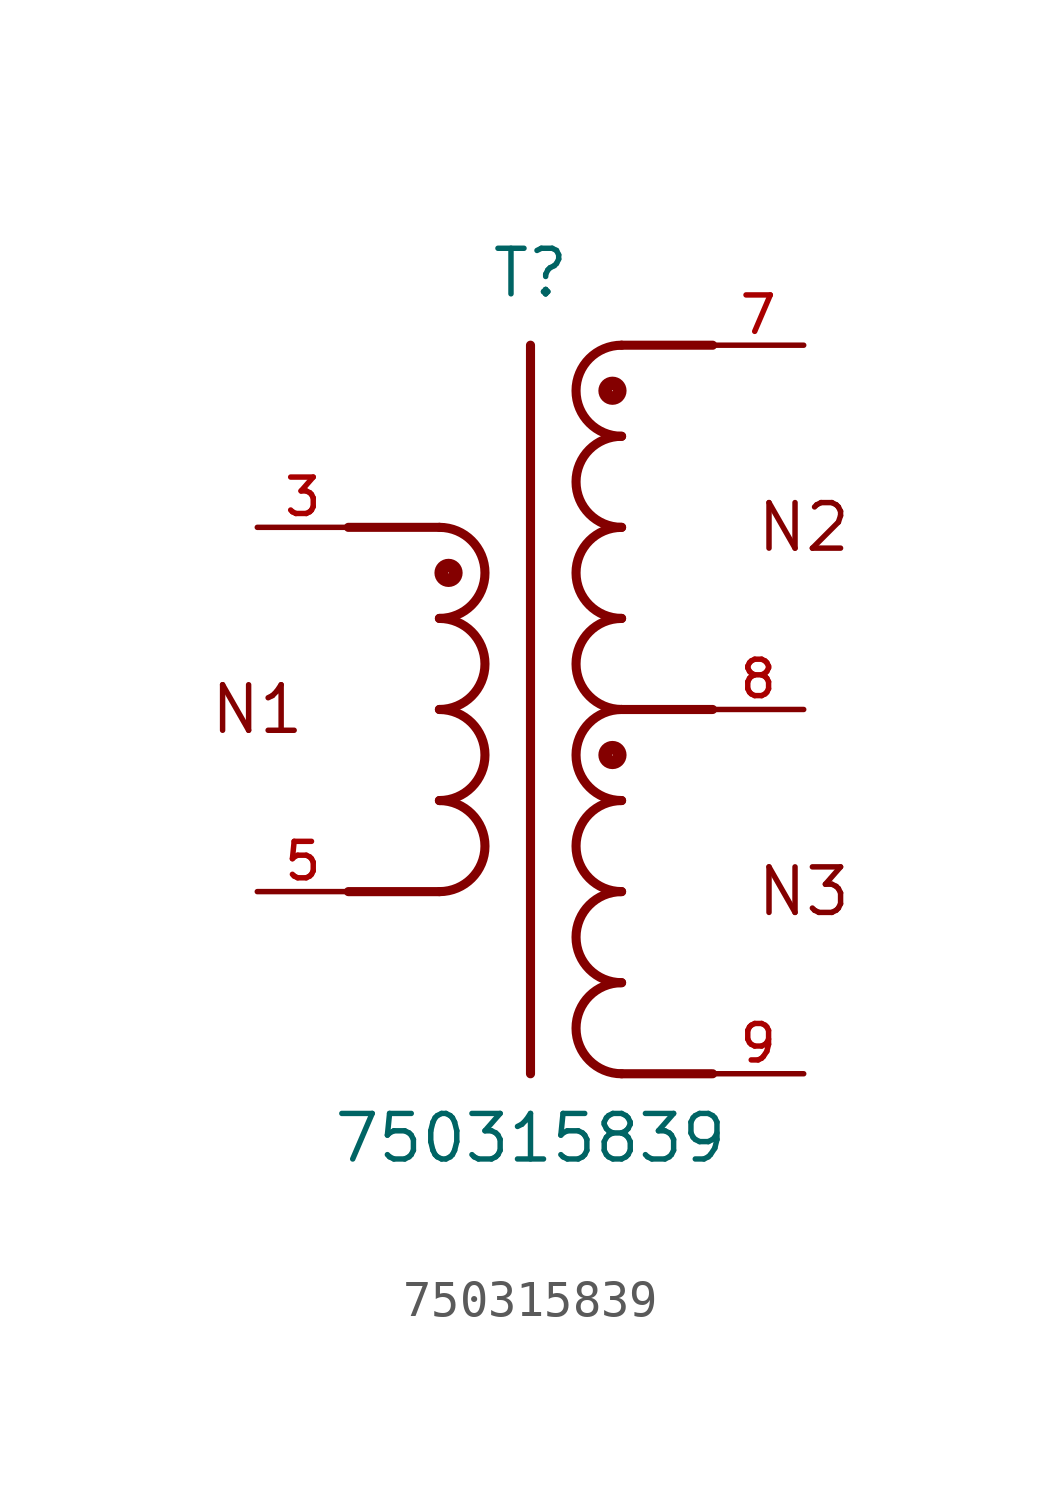
<source format=kicad_sym>
(kicad_symbol_lib
  (version 20211014)
  (generator kicad_symbol_editor)
  (symbol "750315839"
    (pin_names
      (offset 1.016))
    (property "Reference" "T"
      (at 0.0 11.43 0)
      (effects (font (size 1.27 1.27)) (justify bottom)))
    (property "Value" "750315839"
      (at 0.0 -12.7 0)
      (effects (font (size 1.27 1.27)) (justify bottom)))
    (symbol "750315839_0_0"
      (text "N1" (at -7.62 0.0 0) (effects (font (size 1.27 1.27))))
      (text "N2" (at 7.62 5.08 0) (effects (font (size 1.27 1.27))))
      (text "N3" (at 7.62 -5.08 0) (effects (font (size 1.27 1.27))))
      (polyline (pts (xy 0.0 10.16) (xy 0.0 -10.16)) (stroke (width 0.254)))
      (arc (start -2.54 2.54) (mid -1.27 3.81) (end -2.54 5.08) (stroke (width 0.254) (type default) (color 0 0 0 0)) (fill (type none)))
      (arc (start -2.54 0.0) (mid -1.27 1.27) (end -2.54 2.54) (stroke (width 0.254) (type default) (color 0 0 0 0)) (fill (type none)))
      (arc (start -2.54 -2.54) (mid -1.27 -1.27) (end -2.54 0.0) (stroke (width 0.254) (type default) (color 0 0 0 0)) (fill (type none)))
      (arc (start -2.54 -5.08) (mid -1.27 -3.81) (end -2.54 -2.54) (stroke (width 0.254) (type default) (color 0 0 0 0)) (fill (type none)))
      (polyline (pts (xy -2.54 5.08) (xy -5.08 5.08)) (stroke (width 0.254)))
      (arc (start 2.54 2.54) (mid 1.27 1.27) (end 2.54 0.0) (stroke (width 0.254) (type default) (color 0 0 0 0)) (fill (type none)))
      (arc (start 2.54 5.08) (mid 1.27 3.81) (end 2.54 2.54) (stroke (width 0.254) (type default) (color 0 0 0 0)) (fill (type none)))
      (arc (start 2.54 7.62) (mid 1.27 6.35) (end 2.54 5.08) (stroke (width 0.254) (type default) (color 0 0 0 0)) (fill (type none)))
      (arc (start 2.54 10.16) (mid 1.27 8.89) (end 2.54 7.62) (stroke (width 0.254) (type default) (color 0 0 0 0)) (fill (type none)))
      (polyline (pts (xy 2.54 10.16) (xy 5.08 10.16)) (stroke (width 0.254)))
      (polyline (pts (xy -2.54 -5.08) (xy -5.08 -5.08)) (stroke (width 0.254)))
      (arc (start 2.54 -7.62) (mid 1.27 -8.89) (end 2.54 -10.16) (stroke (width 0.254) (type default) (color 0 0 0 0)) (fill (type none)))
      (arc (start 2.54 -5.08) (mid 1.27 -6.35) (end 2.54 -7.62) (stroke (width 0.254) (type default) (color 0 0 0 0)) (fill (type none)))
      (arc (start 2.54 -2.54) (mid 1.27 -3.81) (end 2.54 -5.08) (stroke (width 0.254) (type default) (color 0 0 0 0)) (fill (type none)))
      (arc (start 2.54 0.0) (mid 1.27 -1.27) (end 2.54 -2.54) (stroke (width 0.254) (type default) (color 0 0 0 0)) (fill (type none)))
      (polyline (pts (xy 2.54 -10.16) (xy 5.08 -10.16)) (stroke (width 0.254)))
      (polyline (pts (xy 2.54 0.0) (xy 5.08 0.0)) (stroke (width 0.254)))
      (circle (center -2.286 3.81) (radius 0.203) (stroke (width 0.381)) (fill (type none)))
      (circle (center 2.286 8.89) (radius 0.203) (stroke (width 0.381)) (fill (type none)))
      (circle (center 2.286 -1.27) (radius 0.203) (stroke (width 0.381)) (fill (type none)))
      (pin passive line (at -7.62 5.08 0) (length 2.54) (name "~" (effects (font (size 1.016 1.016)))) (number "3" (effects (font (size 1.016 1.016)))))
      (pin passive line (at -7.62 -5.08 0) (length 2.54) (name "~" (effects (font (size 1.016 1.016)))) (number "5" (effects (font (size 1.016 1.016)))))
      (pin passive line (at 7.62 10.16 180.0) (length 2.54) (name "~" (effects (font (size 1.016 1.016)))) (number "7" (effects (font (size 1.016 1.016)))))
      (pin passive line (at 7.62 -10.16 180.0) (length 2.54) (name "~" (effects (font (size 1.016 1.016)))) (number "9" (effects (font (size 1.016 1.016)))))
      (pin passive line (at 7.62 0.0 180.0) (length 2.54) (name "~" (effects (font (size 1.016 1.016)))) (number "8" (effects (font (size 1.016 1.016))))))))
</source>
